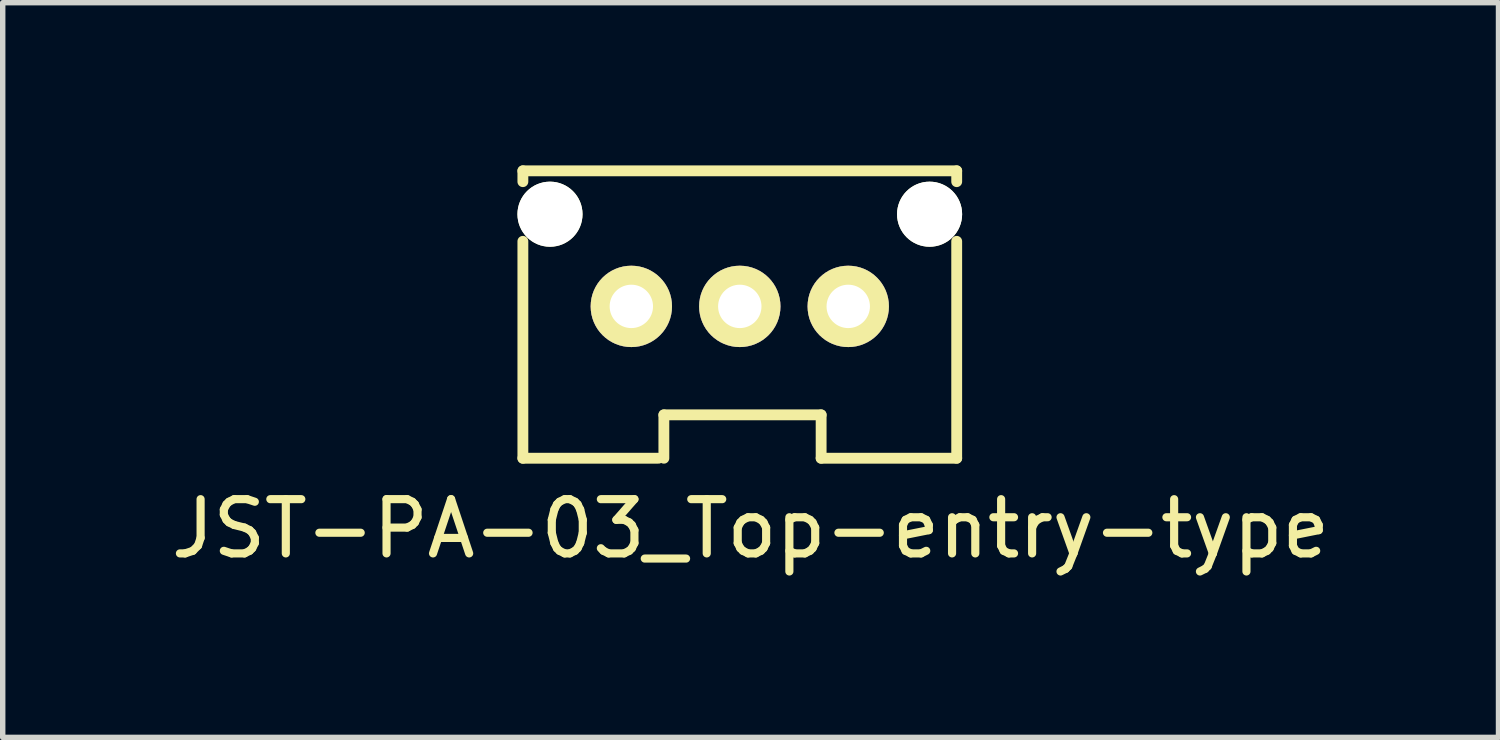
<source format=kicad_pcb>
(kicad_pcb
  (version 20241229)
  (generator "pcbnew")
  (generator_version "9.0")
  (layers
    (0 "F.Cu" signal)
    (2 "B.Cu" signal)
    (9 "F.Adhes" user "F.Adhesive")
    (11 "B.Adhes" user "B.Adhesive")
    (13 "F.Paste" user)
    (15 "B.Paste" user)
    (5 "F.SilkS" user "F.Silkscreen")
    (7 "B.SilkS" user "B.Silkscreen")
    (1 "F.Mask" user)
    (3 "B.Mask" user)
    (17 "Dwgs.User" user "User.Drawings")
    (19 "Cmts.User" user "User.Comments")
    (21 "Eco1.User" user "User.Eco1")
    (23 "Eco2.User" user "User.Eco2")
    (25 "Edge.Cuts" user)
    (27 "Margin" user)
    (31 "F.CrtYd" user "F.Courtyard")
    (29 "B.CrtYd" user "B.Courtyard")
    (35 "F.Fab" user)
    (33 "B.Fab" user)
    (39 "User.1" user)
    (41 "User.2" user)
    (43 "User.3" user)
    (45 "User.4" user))
  (footprint "JST-PA-03_Top-entry-type"
    (layer "F.Cu")
    (at 10.592 2.6)
    (property "Reference" "JST-PA-03_Top-entry-type" (at 0.2 4.1 0) (layer "F.SilkS") (effects (font (size 1 1) (thickness 0.15))))
    (attr through_hole)
    (fp_line (start -4 -2.5) (end -4 -2.3) (stroke (width 0.2) (type solid)) (layer "F.SilkS"))
    (fp_line (start -4 -2.5) (end 4 -2.5) (stroke (width 0.2) (type solid)) (layer "F.SilkS"))
    (fp_line (start -4 -1.2) (end -4 2.8) (stroke (width 0.2) (type solid)) (layer "F.SilkS"))
    (fp_line (start -1.5 2.8) (end -4 2.8) (stroke (width 0.2) (type solid)) (layer "F.SilkS"))
    (fp_line (start -1.4 2) (end 1.5 2) (stroke (width 0.2) (type solid)) (layer "F.SilkS"))
    (fp_line (start -1.4 2.8) (end -1.4 2) (stroke (width 0.2) (type solid)) (layer "F.SilkS"))
    (fp_line (start 1.5 2.8) (end 1.5 2) (stroke (width 0.2) (type solid)) (layer "F.SilkS"))
    (fp_line (start 4 -2.5) (end 4 -2.3) (stroke (width 0.2) (type solid)) (layer "F.SilkS"))
    (fp_line (start 4 2.8) (end 1.5 2.8) (stroke (width 0.2) (type solid)) (layer "F.SilkS"))
    (fp_line (start 4 2.8) (end 4 -1.2) (stroke (width 0.2) (type solid)) (layer "F.SilkS"))
    (pad "" np_thru_hole circle (at -3.5 -1.7) (size 1.2 1.2) (drill 1.2) (layers "*.Cu" "*.Mask" "F.SilkS"))
    (pad "" np_thru_hole circle (at 3.5 -1.7) (size 1.2 1.2) (drill 1.2) (layers "*.Cu" "*.Mask" "F.SilkS"))
    (pad "1" thru_hole circle (at -2 0) (size 1.5 1.5) (drill 0.8) (layers "*.Cu" "*.Mask" "F.SilkS"))
    (pad "2" thru_hole circle (at 0 0) (size 1.5 1.5) (drill 0.8) (layers "*.Cu" "*.Mask" "F.SilkS"))
    (pad "3" thru_hole circle (at 2 0) (size 1.5 1.5) (drill 0.8) (layers "*.Cu" "*.Mask" "F.SilkS")))
  (gr_rect
    (start -3 -3)
    (end 24.583 10.548)
    (stroke (width 0.1) (type default))
    (fill no)
    (layer "Edge.Cuts")))
</source>
